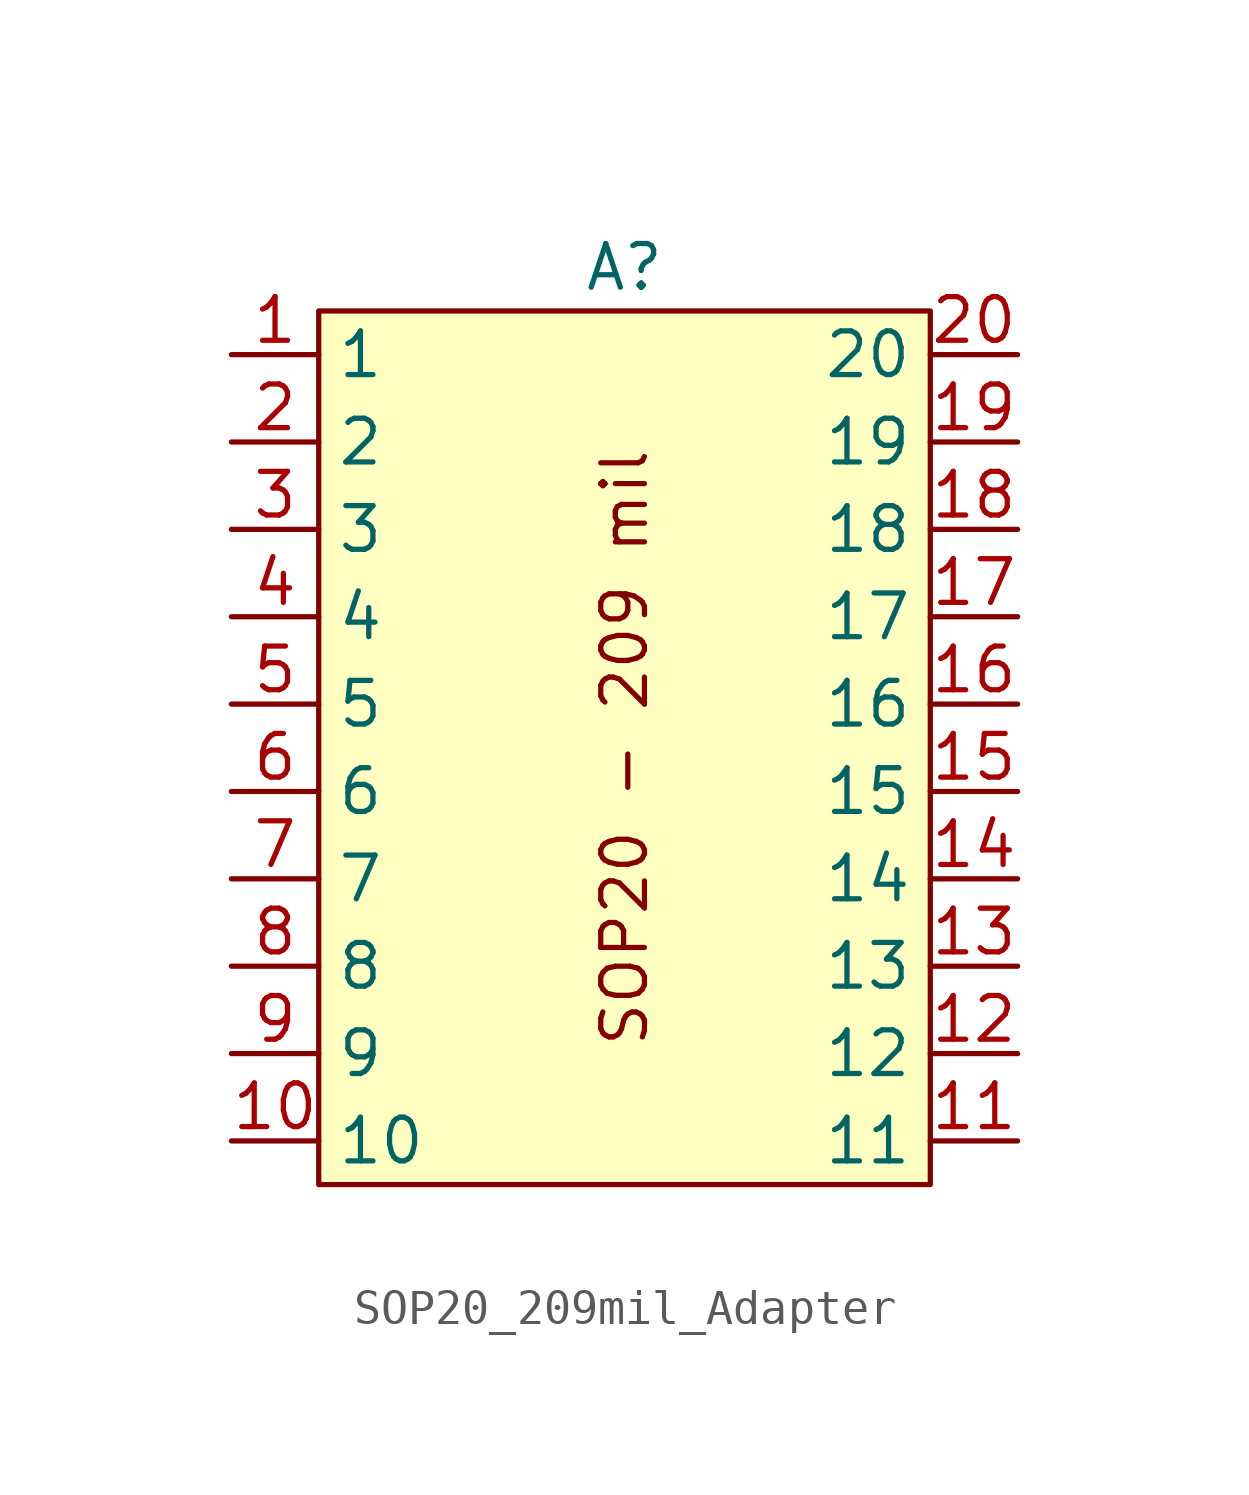
<source format=kicad_sym>
(kicad_symbol_lib
  (version 20241209)
  (generator "kicad_symbol_editor")
  (generator_version "9.0")
  (symbol "SOP20_209mil_Adapter"
    (property "Reference" "A"
      (at 0 13.97 0)
      (effects (font (size 1.27 1.27))))
    (property "Value" ""
      (at 0 0 0)
      (effects (font (size 1.27 1.27))))
    (symbol "SOP20_209mil_Adapter_1_1"
      (rectangle (start -8.89 12.7) (end 8.89 -12.7) (stroke (width 0) (type solid)) (fill (type color) (color 255 255 194 1)))
      (text "SOP20 - 209 mil\n" (at 0 0 900) (effects (font (size 1.27 1.27))))
      (pin bidirectional line (at -11.43 11.43 0) (length 2.54) (name "1" (effects (font (size 1.27 1.27)))) (number "1" (effects (font (size 1.27 1.27)))))
      (pin bidirectional line (at -11.43 8.89 0) (length 2.54) (name "2" (effects (font (size 1.27 1.27)))) (number "2" (effects (font (size 1.27 1.27)))))
      (pin bidirectional line (at -11.43 6.35 0) (length 2.54) (name "3" (effects (font (size 1.27 1.27)))) (number "3" (effects (font (size 1.27 1.27)))))
      (pin bidirectional line (at -11.43 3.81 0) (length 2.54) (name "4" (effects (font (size 1.27 1.27)))) (number "4" (effects (font (size 1.27 1.27)))))
      (pin bidirectional line (at -11.43 1.27 0) (length 2.54) (name "5" (effects (font (size 1.27 1.27)))) (number "5" (effects (font (size 1.27 1.27)))))
      (pin bidirectional line (at -11.43 -1.27 0) (length 2.54) (name "6" (effects (font (size 1.27 1.27)))) (number "6" (effects (font (size 1.27 1.27)))))
      (pin bidirectional line (at -11.43 -3.81 0) (length 2.54) (name "7" (effects (font (size 1.27 1.27)))) (number "7" (effects (font (size 1.27 1.27)))))
      (pin bidirectional line (at -11.43 -6.35 0) (length 2.54) (name "8" (effects (font (size 1.27 1.27)))) (number "8" (effects (font (size 1.27 1.27)))))
      (pin bidirectional line (at -11.43 -8.89 0) (length 2.54) (name "9" (effects (font (size 1.27 1.27)))) (number "9" (effects (font (size 1.27 1.27)))))
      (pin bidirectional line (at -11.43 -11.43 0) (length 2.54) (name "10" (effects (font (size 1.27 1.27)))) (number "10" (effects (font (size 1.27 1.27)))))
      (pin bidirectional line (at 11.43 11.43 180) (length 2.54) (name "20" (effects (font (size 1.27 1.27)))) (number "20" (effects (font (size 1.27 1.27)))))
      (pin bidirectional line (at 11.43 8.89 180) (length 2.54) (name "19" (effects (font (size 1.27 1.27)))) (number "19" (effects (font (size 1.27 1.27)))))
      (pin bidirectional line (at 11.43 6.35 180) (length 2.54) (name "18" (effects (font (size 1.27 1.27)))) (number "18" (effects (font (size 1.27 1.27)))))
      (pin bidirectional line (at 11.43 3.81 180) (length 2.54) (name "17" (effects (font (size 1.27 1.27)))) (number "17" (effects (font (size 1.27 1.27)))))
      (pin bidirectional line (at 11.43 1.27 180) (length 2.54) (name "16" (effects (font (size 1.27 1.27)))) (number "16" (effects (font (size 1.27 1.27)))))
      (pin bidirectional line (at 11.43 -1.27 180) (length 2.54) (name "15" (effects (font (size 1.27 1.27)))) (number "15" (effects (font (size 1.27 1.27)))))
      (pin bidirectional line (at 11.43 -3.81 180) (length 2.54) (name "14" (effects (font (size 1.27 1.27)))) (number "14" (effects (font (size 1.27 1.27)))))
      (pin bidirectional line (at 11.43 -6.35 180) (length 2.54) (name "13" (effects (font (size 1.27 1.27)))) (number "13" (effects (font (size 1.27 1.27)))))
      (pin bidirectional line (at 11.43 -8.89 180) (length 2.54) (name "12" (effects (font (size 1.27 1.27)))) (number "12" (effects (font (size 1.27 1.27)))))
      (pin bidirectional line (at 11.43 -11.43 180) (length 2.54) (name "11" (effects (font (size 1.27 1.27)))) (number "11" (effects (font (size 1.27 1.27))))))))
</source>
